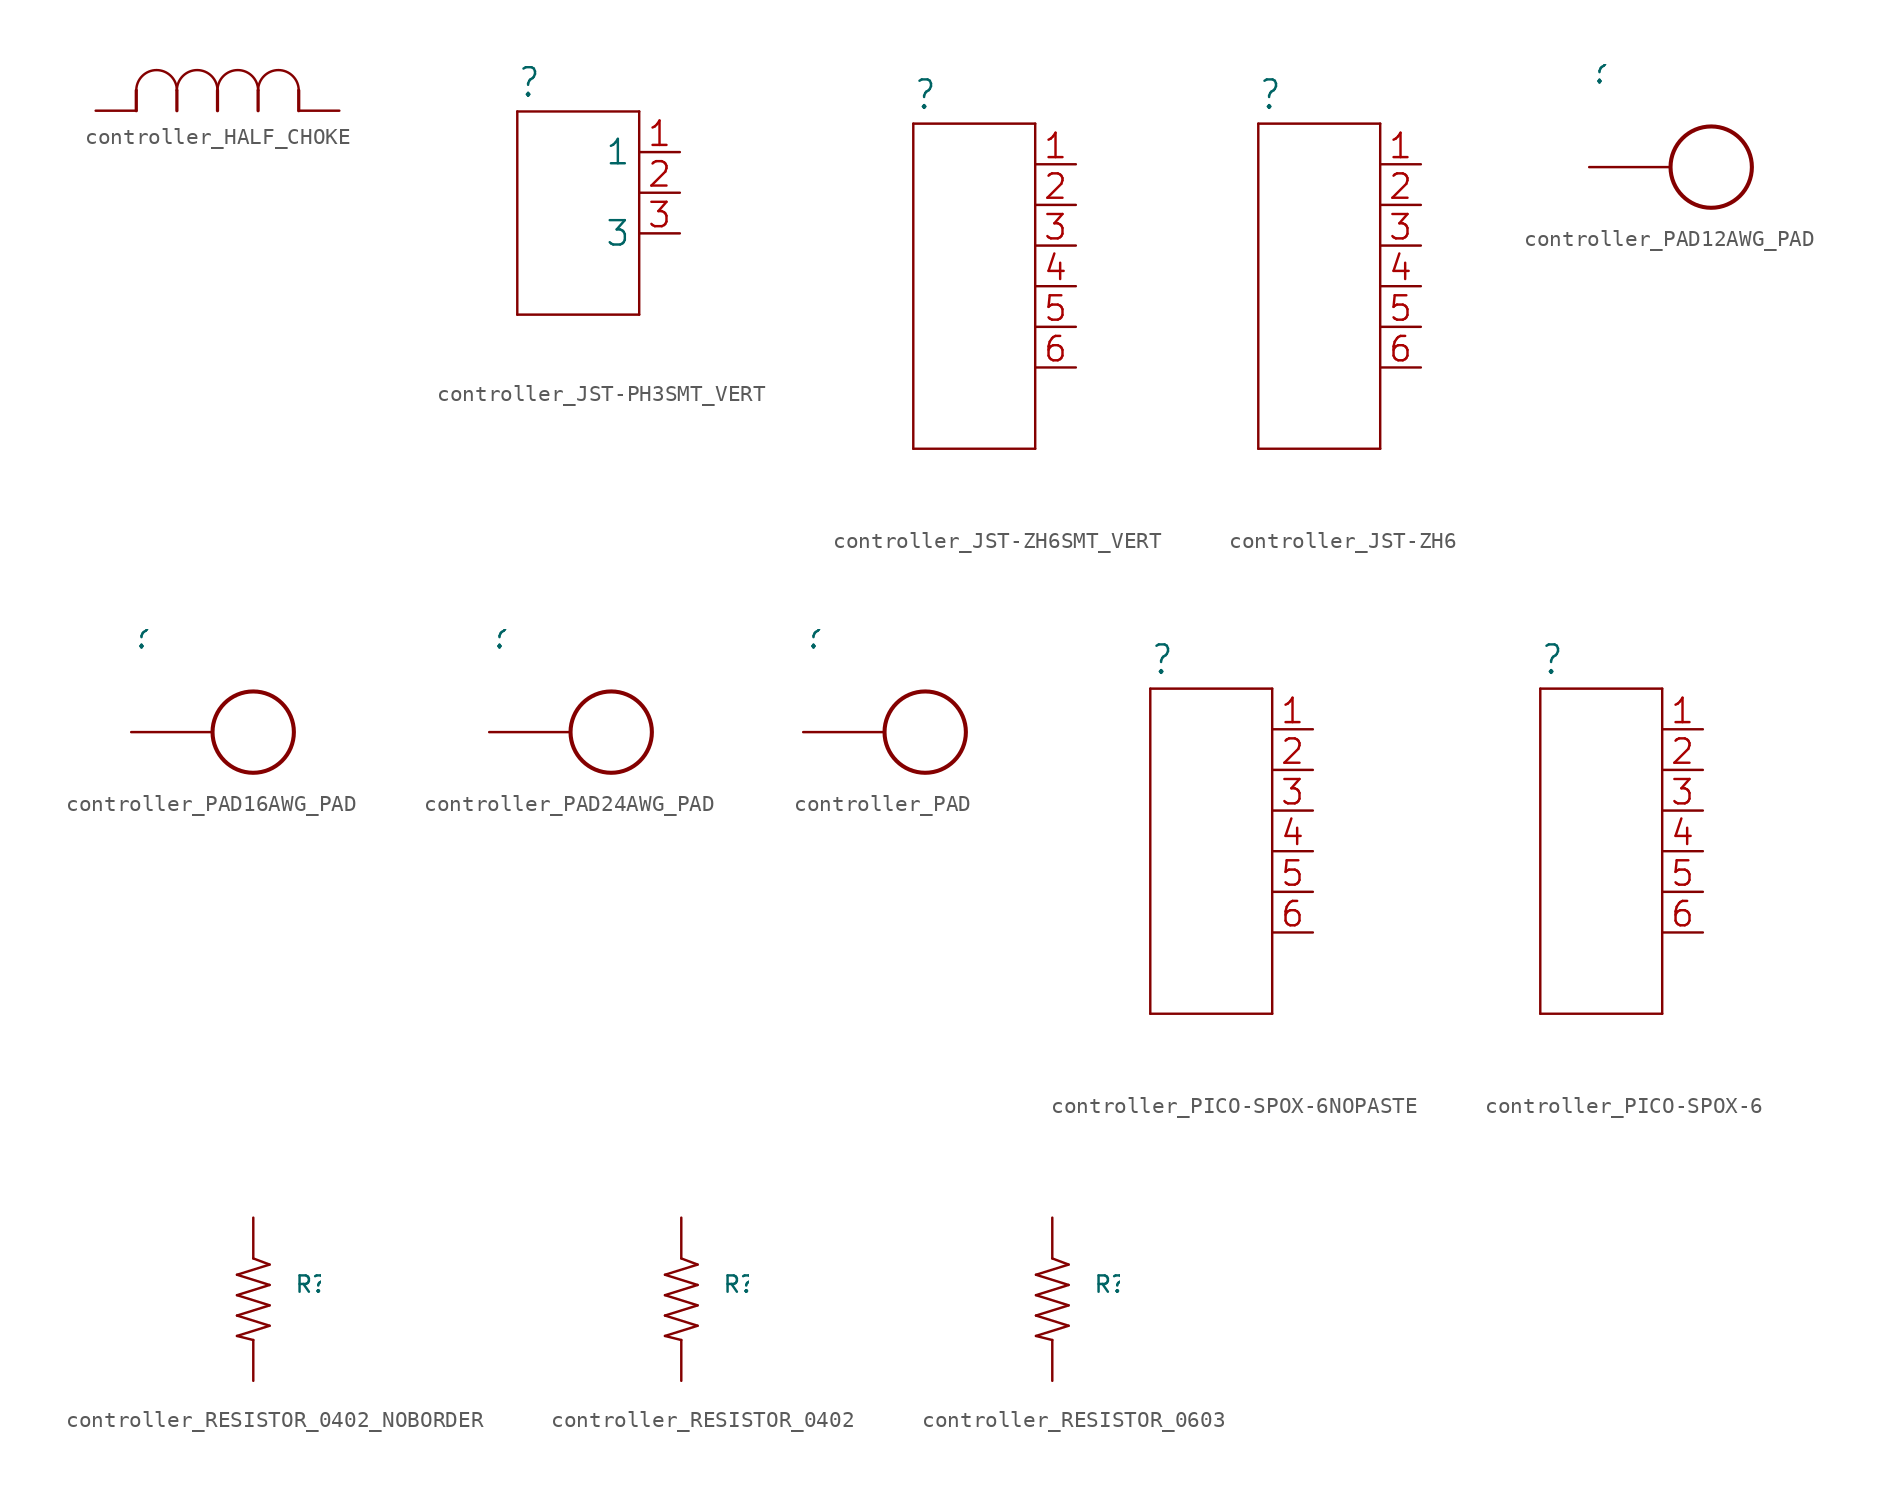
<source format=kicad_sym>
(kicad_symbol_lib
  (version 20241209)
  (generator "kicad_symbol_editor")
  (generator_version "9.0")
  (symbol "controller_HALF_CHOKE"
    (property "Reference" ""
      (at -0.914 3.353 0)
      (effects (font (size 3.48 2.958)) (justify left bottom) (hide yes)))
    (property "ki_locked" ""
      (at 0 0 0)
      (effects (font (size 1.27 1.27))))
    (symbol "controller_HALF_CHOKE_1_0"
      (polyline (pts (xy 2.54 0) (xy 2.54 1.27)) (stroke (width 0.203) (type solid)) (fill (type none)))
      (arc (start 2.54 1.27) (mid 3.81 2.54) (end 5.08 1.27) (stroke (width 0.1524) (type solid)) (fill (type none)))
      (polyline (pts (xy 5.08 0) (xy 5.08 1.27)) (stroke (width 0.203) (type solid)) (fill (type none)))
      (arc (start 5.08 1.27) (mid 6.35 2.54) (end 7.62 1.27) (stroke (width 0.1524) (type solid)) (fill (type none)))
      (polyline (pts (xy 7.62 0) (xy 7.62 1.27)) (stroke (width 0.203) (type solid)) (fill (type none)))
      (arc (start 7.62 1.27) (mid 8.89 2.54) (end 10.16 1.27) (stroke (width 0.1524) (type solid)) (fill (type none)))
      (polyline (pts (xy 10.16 0) (xy 10.16 1.27)) (stroke (width 0.203) (type solid)) (fill (type none)))
      (arc (start 10.16 1.27) (mid 11.43 2.54) (end 12.7 1.27) (stroke (width 0.1524) (type solid)) (fill (type none)))
      (polyline (pts (xy 12.7 0) (xy 12.7 1.27)) (stroke (width 0.203) (type solid)) (fill (type none)))
      (pin passive line (at 0 0 0) (length 2.54) (name "2" (effects (font (size 0 0)))) (number "P$2" (effects (font (size 0 0)))))
      (pin passive line (at 15.24 0 180) (length 2.54) (name "1" (effects (font (size 0 0)))) (number "P$1" (effects (font (size 0 0)))))))
  (symbol "controller_JST-PH3SMT_VERT"
    (property "Reference" ""
      (at -5.08 5.842 0)
      (effects (font (size 1.778 1.511)) (justify left bottom)))
    (property "Value" ""
      (at -5.08 -9.906 0)
      (effects (font (size 1.778 1.511)) (justify left bottom)))
    (property "ki_locked" ""
      (at 0 0 0)
      (effects (font (size 1.27 1.27))))
    (symbol "controller_JST-PH3SMT_VERT_1_0"
      (polyline (pts (xy -5.08 5.08) (xy -5.08 -7.62)) (stroke (width 0.152) (type solid)) (fill (type none)))
      (polyline (pts (xy -5.08 -7.62) (xy 2.54 -7.62)) (stroke (width 0.152) (type solid)) (fill (type none)))
      (polyline (pts (xy 2.54 5.08) (xy -5.08 5.08)) (stroke (width 0.152) (type solid)) (fill (type none)))
      (polyline (pts (xy 2.54 -7.62) (xy 2.54 5.08)) (stroke (width 0.152) (type solid)) (fill (type none)))
      (pin passive line (at 5.08 2.54 180) (length 2.54) (name "1" (effects (font (size 1.524 1.524)))) (number "1" (effects (font (size 1.524 1.524)))))
      (pin passive line (at 5.08 0 180) (length 2.54) (name "2" (effects (font (size 0 0)))) (number "2" (effects (font (size 1.524 1.524)))))
      (pin passive line (at 5.08 -2.54 180) (length 2.54) (name "3" (effects (font (size 1.524 1.524)))) (number "3" (effects (font (size 1.524 1.524)))))))
  (symbol "controller_JST-ZH6SMT_VERT"
    (property "Reference" ""
      (at -5.08 10.922 0)
      (effects (font (size 1.778 1.511)) (justify left bottom)))
    (property "Value" ""
      (at -5.08 -12.446 0)
      (effects (font (size 1.778 1.511)) (justify left bottom)))
    (property "ki_locked" ""
      (at 0 0 0)
      (effects (font (size 1.27 1.27))))
    (symbol "controller_JST-ZH6SMT_VERT_1_0"
      (polyline (pts (xy -5.08 10.16) (xy -5.08 -10.16)) (stroke (width 0.152) (type solid)) (fill (type none)))
      (polyline (pts (xy -5.08 -10.16) (xy 2.54 -10.16)) (stroke (width 0.152) (type solid)) (fill (type none)))
      (polyline (pts (xy 2.54 10.16) (xy -5.08 10.16)) (stroke (width 0.152) (type solid)) (fill (type none)))
      (polyline (pts (xy 2.54 -10.16) (xy 2.54 10.16)) (stroke (width 0.152) (type solid)) (fill (type none)))
      (pin passive line (at 5.08 7.62 180) (length 2.54) (name "1" (effects (font (size 0 0)))) (number "1" (effects (font (size 1.524 1.524)))))
      (pin passive line (at 5.08 5.08 180) (length 2.54) (name "2" (effects (font (size 0 0)))) (number "2" (effects (font (size 1.524 1.524)))))
      (pin passive line (at 5.08 2.54 180) (length 2.54) (name "3" (effects (font (size 0 0)))) (number "3" (effects (font (size 1.524 1.524)))))
      (pin passive line (at 5.08 0 180) (length 2.54) (name "4" (effects (font (size 0 0)))) (number "4" (effects (font (size 1.524 1.524)))))
      (pin passive line (at 5.08 -2.54 180) (length 2.54) (name "5" (effects (font (size 0 0)))) (number "5" (effects (font (size 1.524 1.524)))))
      (pin passive line (at 5.08 -5.08 180) (length 2.54) (name "6" (effects (font (size 0 0)))) (number "6" (effects (font (size 1.524 1.524)))))))
  (symbol "controller_JST-ZH6"
    (property "Reference" ""
      (at -5.08 10.922 0)
      (effects (font (size 1.778 1.511)) (justify left bottom)))
    (property "Value" ""
      (at -5.08 -12.446 0)
      (effects (font (size 1.778 1.511)) (justify left bottom)))
    (property "ki_locked" ""
      (at 0 0 0)
      (effects (font (size 1.27 1.27))))
    (symbol "controller_JST-ZH6_1_0"
      (polyline (pts (xy -5.08 10.16) (xy -5.08 -10.16)) (stroke (width 0.152) (type solid)) (fill (type none)))
      (polyline (pts (xy -5.08 -10.16) (xy 2.54 -10.16)) (stroke (width 0.152) (type solid)) (fill (type none)))
      (polyline (pts (xy 2.54 10.16) (xy -5.08 10.16)) (stroke (width 0.152) (type solid)) (fill (type none)))
      (polyline (pts (xy 2.54 -10.16) (xy 2.54 10.16)) (stroke (width 0.152) (type solid)) (fill (type none)))
      (pin passive line (at 5.08 7.62 180) (length 2.54) (name "1" (effects (font (size 0 0)))) (number "1" (effects (font (size 1.524 1.524)))))
      (pin passive line (at 5.08 5.08 180) (length 2.54) (name "2" (effects (font (size 0 0)))) (number "2" (effects (font (size 1.524 1.524)))))
      (pin passive line (at 5.08 2.54 180) (length 2.54) (name "3" (effects (font (size 0 0)))) (number "3" (effects (font (size 1.524 1.524)))))
      (pin passive line (at 5.08 0 180) (length 2.54) (name "4" (effects (font (size 0 0)))) (number "4" (effects (font (size 1.524 1.524)))))
      (pin passive line (at 5.08 -2.54 180) (length 2.54) (name "5" (effects (font (size 0 0)))) (number "5" (effects (font (size 1.524 1.524)))))
      (pin passive line (at 5.08 -5.08 180) (length 2.54) (name "6" (effects (font (size 0 0)))) (number "6" (effects (font (size 1.524 1.524)))))))
  (symbol "controller_PAD12AWG_PAD"
    (property "Reference" ""
      (at -7.62 5.08 0)
      (effects (font (size 1.676 1.425)) (justify left bottom)))
    (property "ki_locked" ""
      (at 0 0 0)
      (effects (font (size 1.27 1.27))))
    (symbol "controller_PAD12AWG_PAD_1_0"
      (circle (center 0 0) (radius 2.54) (stroke (width 0.254) (type solid)) (fill (type none)))
      (pin bidirectional line (at -7.62 0 0) (length 5.08) (name "P$1" (effects (font (size 0 0)))) (number "1" (effects (font (size 0 0)))))))
  (symbol "controller_PAD16AWG_PAD"
    (property "Reference" ""
      (at -7.62 5.08 0)
      (effects (font (size 1.676 1.425)) (justify left bottom)))
    (property "ki_locked" ""
      (at 0 0 0)
      (effects (font (size 1.27 1.27))))
    (symbol "controller_PAD16AWG_PAD_1_0"
      (circle (center 0 0) (radius 2.54) (stroke (width 0.254) (type solid)) (fill (type none)))
      (pin bidirectional line (at -7.62 0 0) (length 5.08) (name "P$1" (effects (font (size 0 0)))) (number "1" (effects (font (size 0 0)))))))
  (symbol "controller_PAD24AWG_PAD"
    (property "Reference" ""
      (at -7.62 5.08 0)
      (effects (font (size 1.676 1.425)) (justify left bottom)))
    (property "ki_locked" ""
      (at 0 0 0)
      (effects (font (size 1.27 1.27))))
    (symbol "controller_PAD24AWG_PAD_1_0"
      (circle (center 0 0) (radius 2.54) (stroke (width 0.254) (type solid)) (fill (type none)))
      (pin bidirectional line (at -7.62 0 0) (length 5.08) (name "P$1" (effects (font (size 0 0)))) (number "P$1" (effects (font (size 0 0)))))))
  (symbol "controller_PAD"
    (property "Reference" ""
      (at -7.62 5.08 0)
      (effects (font (size 1.676 1.425)) (justify left bottom)))
    (property "ki_locked" ""
      (at 0 0 0)
      (effects (font (size 1.27 1.27))))
    (symbol "controller_PAD_1_0"
      (circle (center 0 0) (radius 2.54) (stroke (width 0.254) (type solid)) (fill (type none)))
      (pin bidirectional line (at -7.62 0 0) (length 5.08) (name "P$1" (effects (font (size 0 0)))) (number "1" (effects (font (size 0 0)))))))
  (symbol "controller_PICO-SPOX-6NOPASTE"
    (property "Reference" ""
      (at -5.08 10.922 0)
      (effects (font (size 1.778 1.511)) (justify left bottom)))
    (property "Value" ""
      (at -5.08 -12.446 0)
      (effects (font (size 1.778 1.511)) (justify left bottom)))
    (property "ki_locked" ""
      (at 0 0 0)
      (effects (font (size 1.27 1.27))))
    (symbol "controller_PICO-SPOX-6NOPASTE_1_0"
      (polyline (pts (xy -5.08 10.16) (xy -5.08 -10.16)) (stroke (width 0.152) (type solid)) (fill (type none)))
      (polyline (pts (xy -5.08 -10.16) (xy 2.54 -10.16)) (stroke (width 0.152) (type solid)) (fill (type none)))
      (polyline (pts (xy 2.54 10.16) (xy -5.08 10.16)) (stroke (width 0.152) (type solid)) (fill (type none)))
      (polyline (pts (xy 2.54 -10.16) (xy 2.54 10.16)) (stroke (width 0.152) (type solid)) (fill (type none)))
      (pin passive line (at 5.08 7.62 180) (length 2.54) (name "1" (effects (font (size 0 0)))) (number "1" (effects (font (size 1.524 1.524)))))
      (pin passive line (at 5.08 5.08 180) (length 2.54) (name "2" (effects (font (size 0 0)))) (number "2" (effects (font (size 1.524 1.524)))))
      (pin passive line (at 5.08 2.54 180) (length 2.54) (name "3" (effects (font (size 0 0)))) (number "3" (effects (font (size 1.524 1.524)))))
      (pin passive line (at 5.08 0 180) (length 2.54) (name "4" (effects (font (size 0 0)))) (number "4" (effects (font (size 1.524 1.524)))))
      (pin passive line (at 5.08 -2.54 180) (length 2.54) (name "5" (effects (font (size 0 0)))) (number "5" (effects (font (size 1.524 1.524)))))
      (pin passive line (at 5.08 -5.08 180) (length 2.54) (name "6" (effects (font (size 0 0)))) (number "6" (effects (font (size 1.524 1.524)))))))
  (symbol "controller_PICO-SPOX-6"
    (property "Reference" ""
      (at -5.08 10.922 0)
      (effects (font (size 1.778 1.511)) (justify left bottom)))
    (property "Value" ""
      (at -5.08 -12.446 0)
      (effects (font (size 1.778 1.511)) (justify left bottom)))
    (property "ki_locked" ""
      (at 0 0 0)
      (effects (font (size 1.27 1.27))))
    (symbol "controller_PICO-SPOX-6_1_0"
      (polyline (pts (xy -5.08 10.16) (xy -5.08 -10.16)) (stroke (width 0.152) (type solid)) (fill (type none)))
      (polyline (pts (xy -5.08 -10.16) (xy 2.54 -10.16)) (stroke (width 0.152) (type solid)) (fill (type none)))
      (polyline (pts (xy 2.54 10.16) (xy -5.08 10.16)) (stroke (width 0.152) (type solid)) (fill (type none)))
      (polyline (pts (xy 2.54 -10.16) (xy 2.54 10.16)) (stroke (width 0.152) (type solid)) (fill (type none)))
      (pin passive line (at 5.08 7.62 180) (length 2.54) (name "1" (effects (font (size 0 0)))) (number "1" (effects (font (size 1.524 1.524)))))
      (pin passive line (at 5.08 5.08 180) (length 2.54) (name "2" (effects (font (size 0 0)))) (number "2" (effects (font (size 1.524 1.524)))))
      (pin passive line (at 5.08 2.54 180) (length 2.54) (name "3" (effects (font (size 0 0)))) (number "3" (effects (font (size 1.524 1.524)))))
      (pin passive line (at 5.08 0 180) (length 2.54) (name "4" (effects (font (size 0 0)))) (number "4" (effects (font (size 1.524 1.524)))))
      (pin passive line (at 5.08 -2.54 180) (length 2.54) (name "5" (effects (font (size 0 0)))) (number "5" (effects (font (size 1.524 1.524)))))
      (pin passive line (at 5.08 -5.08 180) (length 2.54) (name "6" (effects (font (size 0 0)))) (number "6" (effects (font (size 1.524 1.524)))))))
  (symbol "controller_RESISTOR_0402_NOBORDER"
    (property "Reference" "R"
      (at 2.54 1.524 0)
      (effects (font (size 1.016 1.016)) (justify left top)))
    (property "Value" ""
      (at 2.54 -1.524 0)
      (effects (font (size 1.016 1.016)) (justify left bottom)))
    (property "ki_locked" ""
      (at 0 0 0)
      (effects (font (size 1.27 1.27))))
    (symbol "controller_RESISTOR_0402_NOBORDER_1_0"
      (polyline (pts (xy -1.016 1.524) (xy 1.016 0.889)) (stroke (width 0.152) (type solid)) (fill (type none)))
      (polyline (pts (xy -1.016 0.254) (xy 1.016 -0.381)) (stroke (width 0.152) (type solid)) (fill (type none)))
      (polyline (pts (xy -1.016 -1.016) (xy 1.016 -1.651)) (stroke (width 0.152) (type solid)) (fill (type none)))
      (polyline (pts (xy -1.016 -2.286) (xy 0 -2.54)) (stroke (width 0.152) (type solid)) (fill (type none)))
      (polyline (pts (xy 0 2.54) (xy 1.016 2.159)) (stroke (width 0.152) (type solid)) (fill (type none)))
      (polyline (pts (xy 1.016 2.159) (xy -1.016 1.524)) (stroke (width 0.152) (type solid)) (fill (type none)))
      (polyline (pts (xy 1.016 0.889) (xy -1.016 0.254)) (stroke (width 0.152) (type solid)) (fill (type none)))
      (polyline (pts (xy 1.016 -0.381) (xy -1.016 -1.016)) (stroke (width 0.152) (type solid)) (fill (type none)))
      (polyline (pts (xy 1.016 -1.651) (xy -1.016 -2.286)) (stroke (width 0.152) (type solid)) (fill (type none)))
      (pin passive line (at 0 5.08 270) (length 2.54) (name "P$1" (effects (font (size 0 0)))) (number "P$1" (effects (font (size 0 0)))))
      (pin passive line (at 0 -5.08 90) (length 2.54) (name "P$2" (effects (font (size 0 0)))) (number "P$2" (effects (font (size 0 0)))))))
  (symbol "controller_RESISTOR_0402"
    (property "Reference" "R"
      (at 2.54 1.524 0)
      (effects (font (size 1.016 1.016)) (justify left top)))
    (property "Value" ""
      (at 2.54 -1.524 0)
      (effects (font (size 1.016 1.016)) (justify left bottom)))
    (property "ki_locked" ""
      (at 0 0 0)
      (effects (font (size 1.27 1.27))))
    (symbol "controller_RESISTOR_0402_1_0"
      (polyline (pts (xy -1.016 1.524) (xy 1.016 0.889)) (stroke (width 0.152) (type solid)) (fill (type none)))
      (polyline (pts (xy -1.016 0.254) (xy 1.016 -0.381)) (stroke (width 0.152) (type solid)) (fill (type none)))
      (polyline (pts (xy -1.016 -1.016) (xy 1.016 -1.651)) (stroke (width 0.152) (type solid)) (fill (type none)))
      (polyline (pts (xy -1.016 -2.286) (xy 0 -2.54)) (stroke (width 0.152) (type solid)) (fill (type none)))
      (polyline (pts (xy 0 2.54) (xy 1.016 2.159)) (stroke (width 0.152) (type solid)) (fill (type none)))
      (polyline (pts (xy 1.016 2.159) (xy -1.016 1.524)) (stroke (width 0.152) (type solid)) (fill (type none)))
      (polyline (pts (xy 1.016 0.889) (xy -1.016 0.254)) (stroke (width 0.152) (type solid)) (fill (type none)))
      (polyline (pts (xy 1.016 -0.381) (xy -1.016 -1.016)) (stroke (width 0.152) (type solid)) (fill (type none)))
      (polyline (pts (xy 1.016 -1.651) (xy -1.016 -2.286)) (stroke (width 0.152) (type solid)) (fill (type none)))
      (pin passive line (at 0 5.08 270) (length 2.54) (name "P$1" (effects (font (size 0 0)))) (number "P$1" (effects (font (size 0 0)))))
      (pin passive line (at 0 -5.08 90) (length 2.54) (name "P$2" (effects (font (size 0 0)))) (number "P$2" (effects (font (size 0 0)))))))
  (symbol "controller_RESISTOR_0603"
    (property "Reference" "R"
      (at 2.54 1.524 0)
      (effects (font (size 1.016 1.016)) (justify left top)))
    (property "Value" ""
      (at 2.54 -1.524 0)
      (effects (font (size 1.016 1.016)) (justify left bottom)))
    (property "ki_locked" ""
      (at 0 0 0)
      (effects (font (size 1.27 1.27))))
    (symbol "controller_RESISTOR_0603_1_0"
      (polyline (pts (xy -1.016 1.524) (xy 1.016 0.889)) (stroke (width 0.152) (type solid)) (fill (type none)))
      (polyline (pts (xy -1.016 0.254) (xy 1.016 -0.381)) (stroke (width 0.152) (type solid)) (fill (type none)))
      (polyline (pts (xy -1.016 -1.016) (xy 1.016 -1.651)) (stroke (width 0.152) (type solid)) (fill (type none)))
      (polyline (pts (xy -1.016 -2.286) (xy 0 -2.54)) (stroke (width 0.152) (type solid)) (fill (type none)))
      (polyline (pts (xy 0 2.54) (xy 1.016 2.159)) (stroke (width 0.152) (type solid)) (fill (type none)))
      (polyline (pts (xy 1.016 2.159) (xy -1.016 1.524)) (stroke (width 0.152) (type solid)) (fill (type none)))
      (polyline (pts (xy 1.016 0.889) (xy -1.016 0.254)) (stroke (width 0.152) (type solid)) (fill (type none)))
      (polyline (pts (xy 1.016 -0.381) (xy -1.016 -1.016)) (stroke (width 0.152) (type solid)) (fill (type none)))
      (polyline (pts (xy 1.016 -1.651) (xy -1.016 -2.286)) (stroke (width 0.152) (type solid)) (fill (type none)))
      (pin passive line (at 0 5.08 270) (length 2.54) (name "P$1" (effects (font (size 0 0)))) (number "P$1" (effects (font (size 0 0)))))
      (pin passive line (at 0 -5.08 90) (length 2.54) (name "P$2" (effects (font (size 0 0)))) (number "P$2" (effects (font (size 0 0))))))))
</source>
